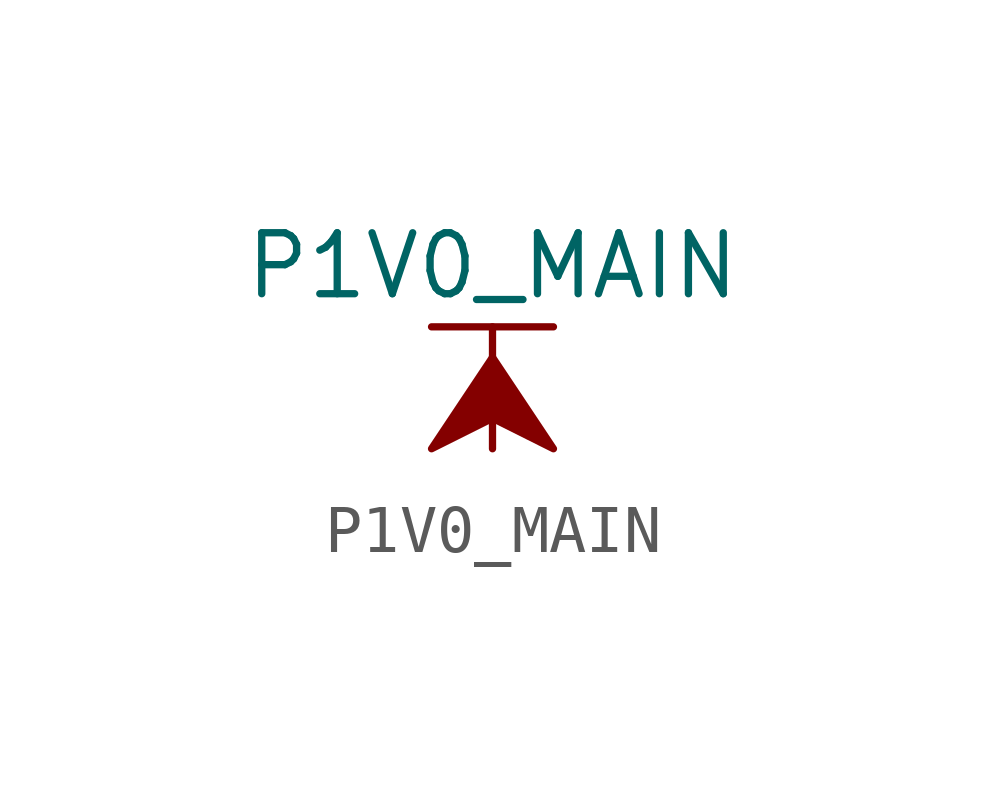
<source format=kicad_sym>
(kicad_symbol_lib
  (version 20211014)
  (generator kicad_symbol_editor)
  (symbol "P1V0_MAIN"
    (power)
    (pin_names
      (offset 0))
    (property "Reference" "#PWR"
      (at 0 -3.81 0)
      (effects (font (size 1.27 1.27)) hide))
    (property "Value" "P1V0_MAIN"
      (at 0 3.81 0)
      (effects (font (size 1.27 1.27))))
    (symbol "P1V0_MAIN_0_1"
      (polyline (pts (xy -1.27 2.54) (xy 1.27 2.54)) (stroke (width 0.152) (type default) (color 0 0 0 0)) (fill (type none)))
      (polyline (pts (xy 0 0) (xy 0 2.54)) (stroke (width 0.152) (type default) (color 0 0 0 0)) (fill (type none)))
      (polyline (pts (xy 0 1.905) (xy -1.27 0) (xy 0 0.635) (xy 1.27 0) (xy 0 1.905)) (stroke (width 0.152) (type default) (color 0 0 0 0)) (fill (type outline))))
    (symbol "P1V0_MAIN_1_1"
      (pin power_in line (at 0 0 90) (length 0) hide (name "P1V0_MAIN" (effects (font (size 1.27 1.27)))) (number "1" (effects (font (size 1.27 1.27))))))))
</source>
